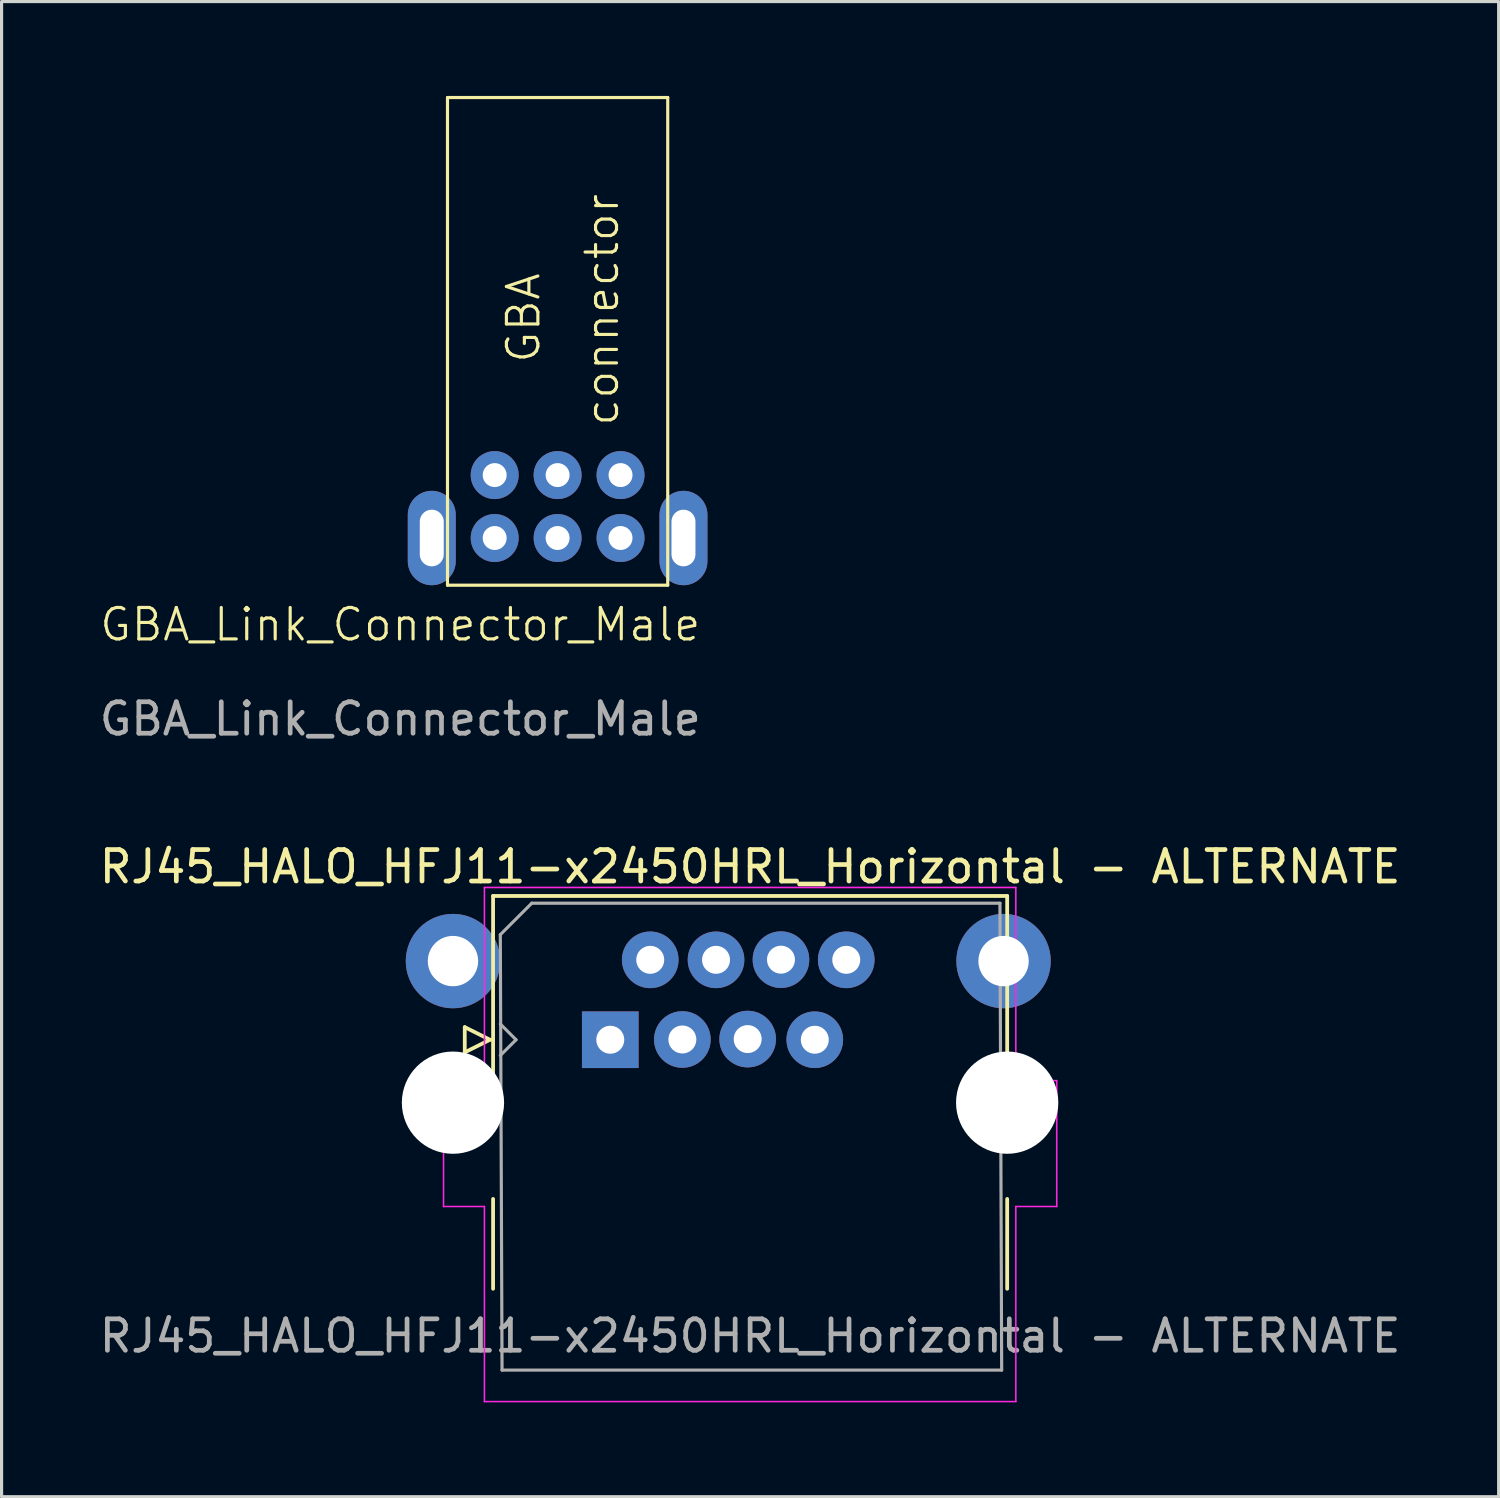
<source format=kicad_pcb>
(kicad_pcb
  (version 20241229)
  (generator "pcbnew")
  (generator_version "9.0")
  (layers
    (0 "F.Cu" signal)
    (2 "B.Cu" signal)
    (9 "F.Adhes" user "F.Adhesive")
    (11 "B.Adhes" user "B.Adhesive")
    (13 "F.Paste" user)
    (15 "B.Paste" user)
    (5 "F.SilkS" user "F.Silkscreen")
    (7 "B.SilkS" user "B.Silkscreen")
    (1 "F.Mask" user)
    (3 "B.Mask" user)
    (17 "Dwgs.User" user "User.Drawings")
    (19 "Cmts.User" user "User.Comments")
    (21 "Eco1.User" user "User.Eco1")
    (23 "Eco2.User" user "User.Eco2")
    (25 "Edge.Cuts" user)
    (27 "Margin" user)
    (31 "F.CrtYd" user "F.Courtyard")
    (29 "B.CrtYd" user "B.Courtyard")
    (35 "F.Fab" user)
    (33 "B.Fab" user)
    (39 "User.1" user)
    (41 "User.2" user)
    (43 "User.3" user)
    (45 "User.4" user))
  (footprint "GBA_Link_Connector_Male"
    (layer "F.Cu")
    (at 9.673 17.3)
    (property "Reference" "GBA_Link_Connector_Male" (at 0 -0.5 0) (unlocked yes) (layer "F.SilkS") (effects (font (size 1 1) (thickness 0.1))))
    (attr through_hole)
    (fp_line (start 1.5 -17.25) (end 1.5 -1.75) (stroke (width 0.1) (type default)) (layer "F.SilkS"))
    (fp_line (start 1.5 -1.75) (end 8.5 -1.75) (stroke (width 0.1) (type default)) (layer "F.SilkS"))
    (fp_line (start 8.5 -17.25) (end 1.5 -17.25) (stroke (width 0.1) (type default)) (layer "F.SilkS"))
    (fp_line (start 8.5 -1.75) (end 8.5 -17.25) (stroke (width 0.1) (type default)) (layer "F.SilkS"))
    (fp_text user "connector" (at 7 -6.75 90) (unlocked yes) (layer "F.SilkS") (effects (font (size 1 1) (thickness 0.1)) (justify left bottom)))
    (fp_text user "GBA" (at 4.5 -8.75 90) (unlocked yes) (layer "F.SilkS") (effects (font (size 1 1) (thickness 0.1)) (justify left bottom)))
    (fp_text user "${REFERENCE}" (at 0 2.5 0) (unlocked yes) (layer "F.Fab") (effects (font (size 1 1) (thickness 0.15))))
    (pad "1" thru_hole circle (at 7 -3.25) (size 1.524 1.524) (drill 0.762) (layers "*.Cu" "*.Mask"))
    (pad "2" thru_hole circle (at 5 -3.25) (size 1.524 1.524) (drill 0.762) (layers "*.Cu" "*.Mask"))
    (pad "3" thru_hole circle (at 3 -3.25) (size 1.524 1.524) (drill 0.762) (layers "*.Cu" "*.Mask"))
    (pad "4" thru_hole circle (at 7 -5.25) (size 1.524 1.524) (drill 0.762) (layers "*.Cu" "*.Mask"))
    (pad "5" thru_hole circle (at 5 -5.25) (size 1.524 1.524) (drill 0.762) (layers "*.Cu" "*.Mask"))
    (pad "6" thru_hole oval (at 1 -3.25) (size 1.524 3) (drill oval 0.762 1.8) (layers "*.Cu" "*.Mask"))
    (pad "6" thru_hole circle (at 3 -5.25) (size 1.524 1.524) (drill 0.762) (layers "*.Cu" "*.Mask"))
    (pad "6" thru_hole oval (at 9 -3.25) (size 1.524 3) (drill oval 0.762 1.8) (layers "*.Cu" "*.Mask")))
  (footprint "RJ45_HALO_HFJ11-x2450HRL_Horizontal - ALTERNATE"
    (layer "F.Cu")
    (at 16.347 29.997)
    (property "Reference" "RJ45_HALO_HFJ11-x2450HRL_Horizontal - ALTERNATE" (at 4.445 -5.5 0) (layer "F.SilkS") (effects (font (size 1 1) (thickness 0.15))))
    (attr through_hole)
    (fp_line (start -4.625 -0.4) (end -4.625 0.4) (stroke (width 0.12) (type solid)) (layer "F.SilkS"))
    (fp_line (start -4.625 0.4) (end -3.825 0) (stroke (width 0.12) (type solid)) (layer "F.SilkS"))
    (fp_line (start -3.825 0) (end -4.625 -0.4) (stroke (width 0.12) (type solid)) (layer "F.SilkS"))
    (fp_line (start -3.725 -4.57) (end -3.725 1.54) (stroke (width 0.12) (type solid)) (layer "F.SilkS"))
    (fp_line (start -3.725 7.915) (end -3.725 5.06) (stroke (width 0.12) (type solid)) (layer "F.SilkS"))
    (fp_line (start 12.615 -4.57) (end -3.725 -4.57) (stroke (width 0.12) (type solid)) (layer "F.SilkS"))
    (fp_line (start 12.615 -4.57) (end 12.615 1.54) (stroke (width 0.12) (type solid)) (layer "F.SilkS"))
    (fp_line (start 12.615 7.915) (end 12.615 5.06) (stroke (width 0.12) (type solid)) (layer "F.SilkS"))
    (fp_line (start -5.3 1.3) (end -5.3 5.3) (stroke (width 0.05) (type default)) (layer "F.CrtYd"))
    (fp_line (start -5.3 5.3) (end -4 5.3) (stroke (width 0.05) (type default)) (layer "F.CrtYd"))
    (fp_line (start -4 -4.84) (end -4 1.3) (stroke (width 0.05) (type default)) (layer "F.CrtYd"))
    (fp_line (start -4 1.3) (end -5.3 1.3) (stroke (width 0.05) (type default)) (layer "F.CrtYd"))
    (fp_line (start -4 5.3) (end -4 11.5) (stroke (width 0.05) (type default)) (layer "F.CrtYd"))
    (fp_line (start -4 11.5) (end 12.89 11.5) (stroke (width 0.05) (type default)) (layer "F.CrtYd"))
    (fp_line (start 12.89 -4.84) (end -4 -4.84) (stroke (width 0.05) (type default)) (layer "F.CrtYd"))
    (fp_line (start 12.89 1.3) (end 12.89 -4.84) (stroke (width 0.05) (type default)) (layer "F.CrtYd"))
    (fp_line (start 12.89 5.3) (end 14.19 5.3) (stroke (width 0.05) (type default)) (layer "F.CrtYd"))
    (fp_line (start 12.89 11.5) (end 12.89 5.3) (stroke (width 0.05) (type default)) (layer "F.CrtYd"))
    (fp_line (start 14.19 1.3) (end 12.89 1.3) (stroke (width 0.05) (type default)) (layer "F.CrtYd"))
    (fp_line (start 14.19 5.3) (end 14.19 1.3) (stroke (width 0.05) (type default)) (layer "F.CrtYd"))
    (fp_line (start -3.495 -3.34) (end -2.495 -4.34) (stroke (width 0.1) (type default)) (layer "F.Fab"))
    (fp_line (start -3.495 -0.5) (end -2.995 0) (stroke (width 0.1) (type default)) (layer "F.Fab"))
    (fp_line (start -3.44 10.5) (end -3.495 -3.34) (stroke (width 0.1) (type solid)) (layer "F.Fab"))
    (fp_line (start -2.995 0) (end -3.495 0.5) (stroke (width 0.1) (type default)) (layer "F.Fab"))
    (fp_line (start -2.495 -4.34) (end 12.385 -4.34) (stroke (width 0.1) (type solid)) (layer "F.Fab"))
    (fp_line (start 12.385 -4.34) (end 12.44 10.5) (stroke (width 0.1) (type solid)) (layer "F.Fab"))
    (fp_line (start 12.44 10.5) (end -3.44 10.5) (stroke (width 0.1) (type solid)) (layer "F.Fab"))
    (fp_text user "${REFERENCE}" (at 4.445 10 0) (unlocked yes) (layer "F.Fab") (effects (font (size 1 1) (thickness 0.15)) (justify bottom)))
    (pad "" np_thru_hole circle (at -5 2) (size 3.25 3.25) (drill 3.25) (layers "*.Cu" "*.Mask"))
    (pad "" np_thru_hole circle (at 12.615 2) (size 3.25 3.25) (drill 3.25) (layers "*.Cu" "*.Mask"))
    (pad "1" thru_hole rect (at 0 0) (size 1.8 1.8) (drill 0.89) (layers "*.Cu" "*.Mask"))
    (pad "2" thru_hole circle (at 1.27 -2.54) (size 1.8 1.8) (drill 0.89) (layers "*.Cu" "*.Mask"))
    (pad "3" thru_hole circle (at 2.291 -0.008) (size 1.8 1.8) (drill 0.89) (layers "*.Cu" "*.Mask"))
    (pad "4" thru_hole circle (at 3.361 -2.54) (size 1.8 1.8) (drill 0.89) (layers "*.Cu" "*.Mask"))
    (pad "5" thru_hole circle (at 4.367 -0.021) (size 1.8 1.8) (drill 0.89) (layers "*.Cu" "*.Mask"))
    (pad "6" thru_hole circle (at 5.425 -2.545) (size 1.8 1.8) (drill 0.89) (layers "*.Cu" "*.Mask"))
    (pad "7" thru_hole circle (at 6.5 0) (size 1.8 1.8) (drill 0.89) (layers "*.Cu" "*.Mask"))
    (pad "8" thru_hole circle (at 7.5 -2.54) (size 1.8 1.8) (drill 0.89) (layers "*.Cu" "*.Mask"))
    (pad "SH" thru_hole circle (at -5 -2.5) (size 3 3) (drill 1.6) (layers "*.Cu" "*.Mask"))
    (pad "SH" thru_hole circle (at 12.5 -2.5) (size 3 3) (drill 1.6) (layers "*.Cu" "*.Mask")))
  (gr_rect
    (start -3 -3)
    (end 44.583 44.522)
    (stroke (width 0.1) (type default))
    (fill no)
    (layer "Edge.Cuts")))
</source>
